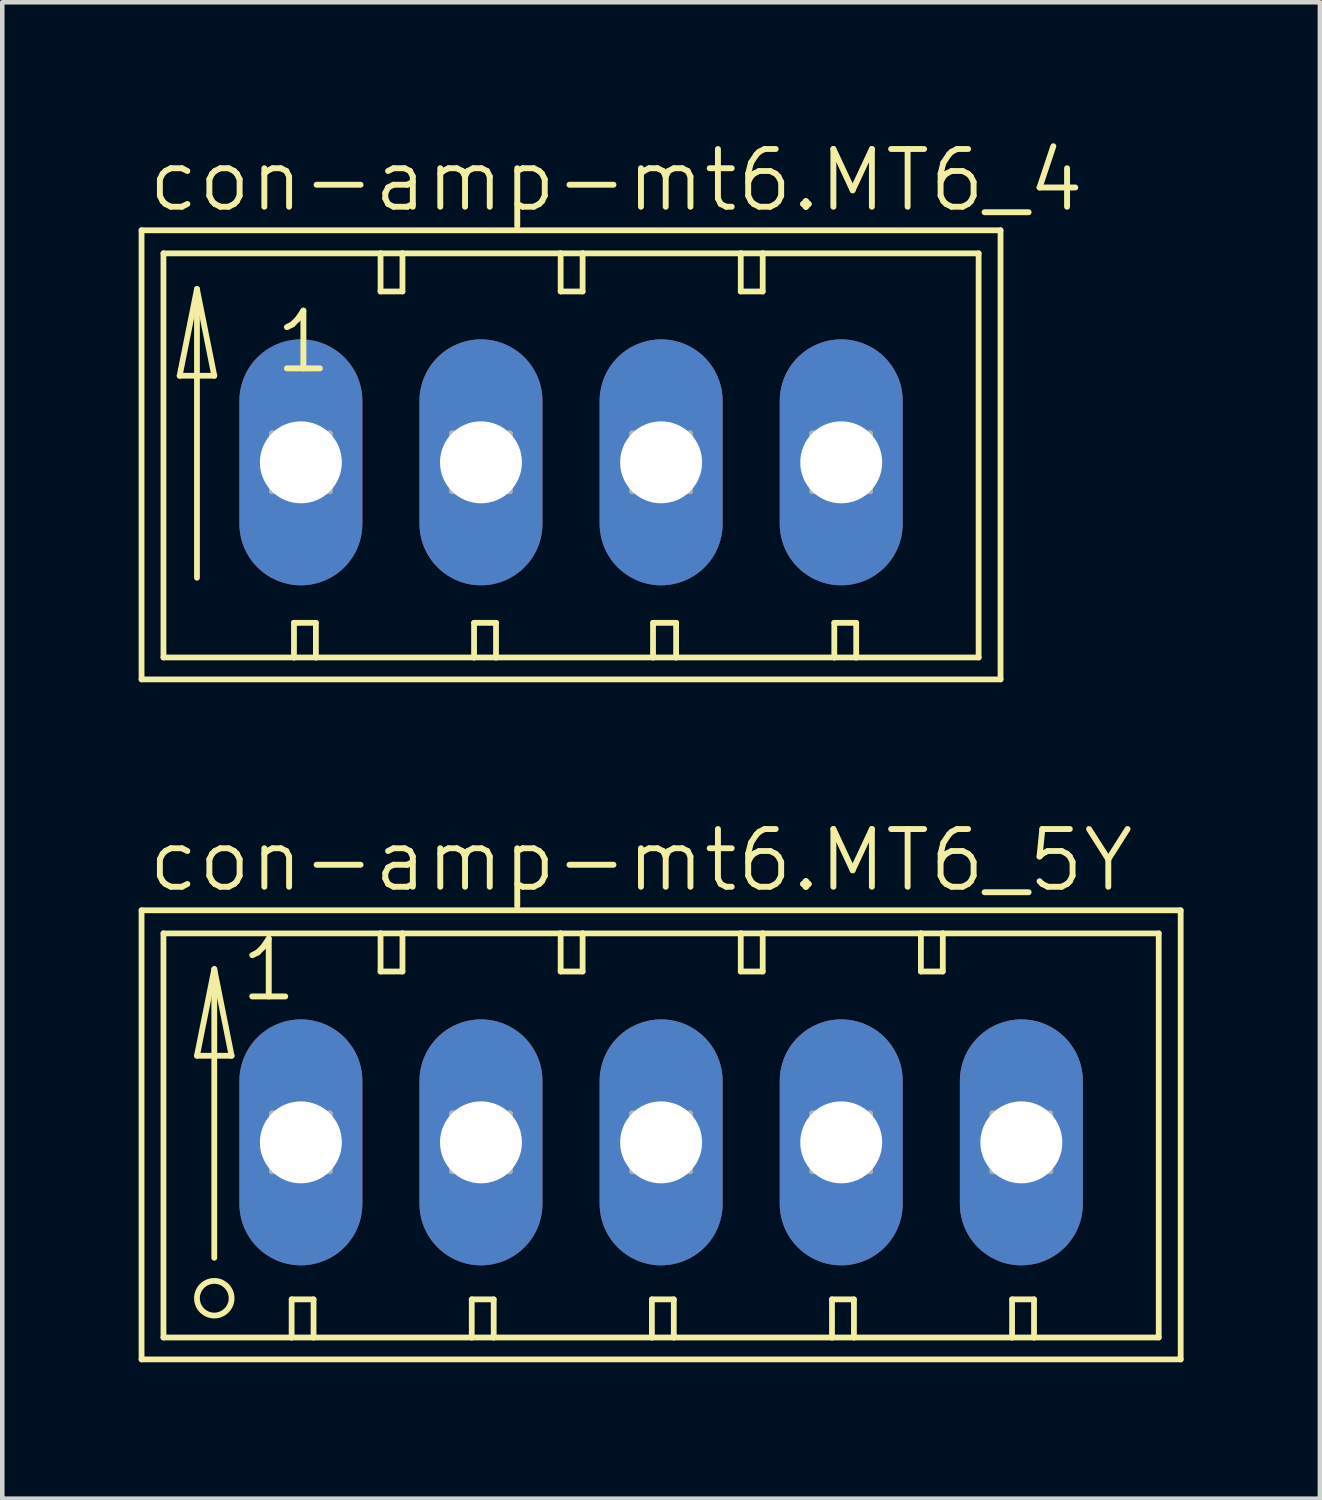
<source format=kicad_pcb>
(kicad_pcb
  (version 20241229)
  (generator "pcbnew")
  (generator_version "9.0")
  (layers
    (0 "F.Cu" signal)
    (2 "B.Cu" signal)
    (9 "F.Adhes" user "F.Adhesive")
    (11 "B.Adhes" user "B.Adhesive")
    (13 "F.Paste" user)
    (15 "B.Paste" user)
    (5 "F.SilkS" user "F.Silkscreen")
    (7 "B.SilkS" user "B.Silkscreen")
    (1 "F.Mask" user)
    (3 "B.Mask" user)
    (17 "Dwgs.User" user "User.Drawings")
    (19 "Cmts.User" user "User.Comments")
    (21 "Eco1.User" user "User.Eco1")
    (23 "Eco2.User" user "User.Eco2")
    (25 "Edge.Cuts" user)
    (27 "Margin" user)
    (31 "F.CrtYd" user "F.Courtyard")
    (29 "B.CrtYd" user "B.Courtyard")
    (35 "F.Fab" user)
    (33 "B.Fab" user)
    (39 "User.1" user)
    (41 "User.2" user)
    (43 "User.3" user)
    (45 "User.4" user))
  (footprint "con-amp-mt6.MT6_4"
    (layer "F.Cu")
    (at 1.029 7.121)
    (property "Reference" "con-amp-mt6.MT6_4" (at -0.889 -5.461 0) (layer "F.SilkS") (effects (font (size 1.27 1.27) (thickness 0.13)) (justify left bottom)))
    (attr through_hole)
    (fp_line (start -0.965 -5.105) (end -0.965 4.775) (stroke (width 0.127) (type default)) (layer "F.SilkS"))
    (fp_line (start -0.965 4.775) (end 17.932 4.775) (stroke (width 0.127) (type default)) (layer "F.SilkS"))
    (fp_line (start -0.483 -4.597) (end -0.483 4.293) (stroke (width 0.127) (type default)) (layer "F.SilkS"))
    (fp_line (start -0.483 4.293) (end 2.388 4.293) (stroke (width 0.127) (type default)) (layer "F.SilkS"))
    (fp_line (start -0.127 -1.905) (end 0.635 -1.905) (stroke (width 0.127) (type default)) (layer "F.SilkS"))
    (fp_line (start 0.254 -3.81) (end -0.127 -1.905) (stroke (width 0.127) (type default)) (layer "F.SilkS"))
    (fp_line (start 0.254 -3.81) (end 0.635 -1.905) (stroke (width 0.127) (type default)) (layer "F.SilkS"))
    (fp_line (start 0.254 2.54) (end 0.254 -3.81) (stroke (width 0.127) (type default)) (layer "F.SilkS"))
    (fp_line (start 2.388 3.531) (end 2.87 3.531) (stroke (width 0.127) (type default)) (layer "F.SilkS"))
    (fp_line (start 2.388 4.293) (end 2.388 3.531) (stroke (width 0.127) (type default)) (layer "F.SilkS"))
    (fp_line (start 2.388 4.293) (end 2.87 4.293) (stroke (width 0.127) (type default)) (layer "F.SilkS"))
    (fp_line (start 2.87 4.293) (end 2.87 3.531) (stroke (width 0.127) (type default)) (layer "F.SilkS"))
    (fp_line (start 2.87 4.293) (end 6.35 4.293) (stroke (width 0.127) (type default)) (layer "F.SilkS"))
    (fp_line (start 4.293 -4.597) (end -0.483 -4.597) (stroke (width 0.127) (type default)) (layer "F.SilkS"))
    (fp_line (start 4.293 -4.597) (end 4.293 -3.759) (stroke (width 0.127) (type default)) (layer "F.SilkS"))
    (fp_line (start 4.293 -3.759) (end 4.775 -3.759) (stroke (width 0.127) (type default)) (layer "F.SilkS"))
    (fp_line (start 4.775 -4.597) (end 4.293 -4.597) (stroke (width 0.127) (type default)) (layer "F.SilkS"))
    (fp_line (start 4.775 -3.759) (end 4.775 -4.597) (stroke (width 0.127) (type default)) (layer "F.SilkS"))
    (fp_line (start 6.35 3.531) (end 6.35 4.293) (stroke (width 0.127) (type default)) (layer "F.SilkS"))
    (fp_line (start 6.35 3.531) (end 6.833 3.531) (stroke (width 0.127) (type default)) (layer "F.SilkS"))
    (fp_line (start 6.35 4.293) (end 6.833 4.293) (stroke (width 0.127) (type default)) (layer "F.SilkS"))
    (fp_line (start 6.833 3.531) (end 6.833 4.293) (stroke (width 0.127) (type default)) (layer "F.SilkS"))
    (fp_line (start 6.833 4.293) (end 10.287 4.293) (stroke (width 0.127) (type default)) (layer "F.SilkS"))
    (fp_line (start 8.255 -4.597) (end 4.775 -4.597) (stroke (width 0.127) (type default)) (layer "F.SilkS"))
    (fp_line (start 8.255 -3.759) (end 8.255 -4.597) (stroke (width 0.127) (type default)) (layer "F.SilkS"))
    (fp_line (start 8.255 -3.759) (end 8.738 -3.759) (stroke (width 0.127) (type default)) (layer "F.SilkS"))
    (fp_line (start 8.738 -4.597) (end 8.255 -4.597) (stroke (width 0.127) (type default)) (layer "F.SilkS"))
    (fp_line (start 8.738 -3.759) (end 8.738 -4.597) (stroke (width 0.127) (type default)) (layer "F.SilkS"))
    (fp_line (start 10.287 3.531) (end 10.287 4.293) (stroke (width 0.127) (type default)) (layer "F.SilkS"))
    (fp_line (start 10.287 3.531) (end 10.795 3.531) (stroke (width 0.127) (type default)) (layer "F.SilkS"))
    (fp_line (start 10.287 4.293) (end 10.795 4.293) (stroke (width 0.127) (type default)) (layer "F.SilkS"))
    (fp_line (start 10.795 3.531) (end 10.795 4.293) (stroke (width 0.127) (type default)) (layer "F.SilkS"))
    (fp_line (start 10.795 4.293) (end 14.275 4.293) (stroke (width 0.127) (type default)) (layer "F.SilkS"))
    (fp_line (start 12.217 -4.597) (end 8.738 -4.597) (stroke (width 0.127) (type default)) (layer "F.SilkS"))
    (fp_line (start 12.217 -3.759) (end 12.217 -4.597) (stroke (width 0.127) (type default)) (layer "F.SilkS"))
    (fp_line (start 12.217 -3.759) (end 12.7 -3.759) (stroke (width 0.127) (type default)) (layer "F.SilkS"))
    (fp_line (start 12.7 -4.597) (end 12.217 -4.597) (stroke (width 0.127) (type default)) (layer "F.SilkS"))
    (fp_line (start 12.7 -3.759) (end 12.7 -4.597) (stroke (width 0.127) (type default)) (layer "F.SilkS"))
    (fp_line (start 14.275 3.531) (end 14.275 4.293) (stroke (width 0.127) (type default)) (layer "F.SilkS"))
    (fp_line (start 14.275 3.531) (end 14.757 3.531) (stroke (width 0.127) (type default)) (layer "F.SilkS"))
    (fp_line (start 14.275 4.293) (end 14.757 4.293) (stroke (width 0.127) (type default)) (layer "F.SilkS"))
    (fp_line (start 14.757 3.531) (end 14.757 4.293) (stroke (width 0.127) (type default)) (layer "F.SilkS"))
    (fp_line (start 14.757 4.293) (end 17.45 4.293) (stroke (width 0.127) (type default)) (layer "F.SilkS"))
    (fp_line (start 17.45 -4.597) (end 12.7 -4.597) (stroke (width 0.127) (type default)) (layer "F.SilkS"))
    (fp_line (start 17.45 4.293) (end 17.45 -4.597) (stroke (width 0.127) (type default)) (layer "F.SilkS"))
    (fp_line (start 17.932 -5.105) (end -0.965 -5.105) (stroke (width 0.127) (type default)) (layer "F.SilkS"))
    (fp_line (start 17.932 4.775) (end 17.932 -5.105) (stroke (width 0.127) (type default)) (layer "F.SilkS"))
    (fp_line (start 1.905 -0.635) (end 1.905 0.635) (stroke (width 0.127) (type default)) (layer "F.Fab"))
    (fp_line (start 1.905 -0.635) (end 3.175 0.635) (stroke (width 0.127) (type default)) (layer "F.Fab"))
    (fp_line (start 1.905 0.635) (end 3.175 0.635) (stroke (width 0.127) (type default)) (layer "F.Fab"))
    (fp_line (start 3.175 -0.635) (end 1.905 -0.635) (stroke (width 0.127) (type default)) (layer "F.Fab"))
    (fp_line (start 3.175 -0.635) (end 1.905 0.635) (stroke (width 0.127) (type default)) (layer "F.Fab"))
    (fp_line (start 3.175 0.635) (end 3.175 -0.635) (stroke (width 0.127) (type default)) (layer "F.Fab"))
    (fp_line (start 5.867 -0.635) (end 5.867 0.635) (stroke (width 0.127) (type default)) (layer "F.Fab"))
    (fp_line (start 5.867 -0.635) (end 7.137 0.635) (stroke (width 0.127) (type default)) (layer "F.Fab"))
    (fp_line (start 5.867 0.635) (end 7.137 0.635) (stroke (width 0.127) (type default)) (layer "F.Fab"))
    (fp_line (start 7.137 -0.635) (end 5.867 -0.635) (stroke (width 0.127) (type default)) (layer "F.Fab"))
    (fp_line (start 7.137 -0.635) (end 5.867 0.635) (stroke (width 0.127) (type default)) (layer "F.Fab"))
    (fp_line (start 7.137 0.635) (end 7.137 -0.635) (stroke (width 0.127) (type default)) (layer "F.Fab"))
    (fp_line (start 9.83 -0.635) (end 9.83 0.635) (stroke (width 0.127) (type default)) (layer "F.Fab"))
    (fp_line (start 9.83 -0.635) (end 11.1 0.635) (stroke (width 0.127) (type default)) (layer "F.Fab"))
    (fp_line (start 9.83 0.635) (end 11.1 0.635) (stroke (width 0.127) (type default)) (layer "F.Fab"))
    (fp_line (start 11.1 -0.635) (end 9.83 -0.635) (stroke (width 0.127) (type default)) (layer "F.Fab"))
    (fp_line (start 11.1 -0.635) (end 9.83 0.635) (stroke (width 0.127) (type default)) (layer "F.Fab"))
    (fp_line (start 11.1 0.635) (end 11.1 -0.635) (stroke (width 0.127) (type default)) (layer "F.Fab"))
    (fp_line (start 13.792 -0.635) (end 13.792 0.635) (stroke (width 0.127) (type default)) (layer "F.Fab"))
    (fp_line (start 13.792 -0.635) (end 15.062 0.635) (stroke (width 0.127) (type default)) (layer "F.Fab"))
    (fp_line (start 13.792 0.635) (end 15.062 0.635) (stroke (width 0.127) (type default)) (layer "F.Fab"))
    (fp_line (start 15.062 -0.635) (end 13.792 -0.635) (stroke (width 0.127) (type default)) (layer "F.Fab"))
    (fp_line (start 15.062 -0.635) (end 13.792 0.635) (stroke (width 0.127) (type default)) (layer "F.Fab"))
    (fp_line (start 15.062 0.635) (end 15.062 -0.635) (stroke (width 0.127) (type default)) (layer "F.Fab"))
    (fp_text user "1" (at 1.905 -1.905 0) (layer "F.SilkS") (effects (font (size 1.27 1.27) (thickness 0.13)) (justify left bottom)))
    (pad "1" thru_hole oval (at 2.54 0 90) (size 5.41 2.705) (drill 1.803) (layers "*.Cu" "*.Mask"))
    (pad "2" thru_hole oval (at 6.502 0 90) (size 5.41 2.705) (drill 1.803) (layers "*.Cu" "*.Mask"))
    (pad "3" thru_hole oval (at 10.465 0 90) (size 5.41 2.705) (drill 1.803) (layers "*.Cu" "*.Mask"))
    (pad "4" thru_hole oval (at 14.427 0 90) (size 5.41 2.705) (drill 1.803) (layers "*.Cu" "*.Mask")))
  (footprint "con-amp-mt6.MT6_5Y"
    (layer "F.Cu")
    (at 1.029 22.081)
    (property "Reference" "con-amp-mt6.MT6_5Y" (at -0.889 -5.461 0) (layer "F.SilkS") (effects (font (size 1.27 1.27) (thickness 0.13)) (justify left bottom)))
    (attr through_hole)
    (fp_line (start -0.965 -5.105) (end -0.965 4.775) (stroke (width 0.127) (type default)) (layer "F.SilkS"))
    (fp_line (start -0.965 4.775) (end 21.895 4.775) (stroke (width 0.127) (type default)) (layer "F.SilkS"))
    (fp_line (start -0.483 -4.597) (end -0.483 4.293) (stroke (width 0.127) (type default)) (layer "F.SilkS"))
    (fp_line (start -0.483 4.293) (end 2.337 4.293) (stroke (width 0.127) (type default)) (layer "F.SilkS"))
    (fp_line (start 0.254 -1.905) (end 1.016 -1.905) (stroke (width 0.127) (type default)) (layer "F.SilkS"))
    (fp_line (start 0.635 -3.81) (end 0.254 -1.905) (stroke (width 0.127) (type default)) (layer "F.SilkS"))
    (fp_line (start 0.635 -3.81) (end 1.016 -1.905) (stroke (width 0.127) (type default)) (layer "F.SilkS"))
    (fp_line (start 0.635 2.54) (end 0.635 -3.81) (stroke (width 0.127) (type default)) (layer "F.SilkS"))
    (fp_line (start 2.337 3.454) (end 2.337 4.293) (stroke (width 0.127) (type default)) (layer "F.SilkS"))
    (fp_line (start 2.337 3.454) (end 2.819 3.454) (stroke (width 0.127) (type default)) (layer "F.SilkS"))
    (fp_line (start 2.337 4.293) (end 2.819 4.293) (stroke (width 0.127) (type default)) (layer "F.SilkS"))
    (fp_line (start 2.819 3.454) (end 2.819 4.293) (stroke (width 0.127) (type default)) (layer "F.SilkS"))
    (fp_line (start 2.819 4.293) (end 6.299 4.293) (stroke (width 0.127) (type default)) (layer "F.SilkS"))
    (fp_line (start 4.293 -4.597) (end -0.483 -4.597) (stroke (width 0.127) (type default)) (layer "F.SilkS"))
    (fp_line (start 4.293 -4.597) (end 4.293 -3.759) (stroke (width 0.127) (type default)) (layer "F.SilkS"))
    (fp_line (start 4.293 -3.759) (end 4.775 -3.759) (stroke (width 0.127) (type default)) (layer "F.SilkS"))
    (fp_line (start 4.775 -4.597) (end 4.293 -4.597) (stroke (width 0.127) (type default)) (layer "F.SilkS"))
    (fp_line (start 4.775 -3.759) (end 4.775 -4.597) (stroke (width 0.127) (type default)) (layer "F.SilkS"))
    (fp_line (start 6.299 3.454) (end 6.299 4.293) (stroke (width 0.127) (type default)) (layer "F.SilkS"))
    (fp_line (start 6.299 3.454) (end 6.782 3.454) (stroke (width 0.127) (type default)) (layer "F.SilkS"))
    (fp_line (start 6.299 4.293) (end 6.782 4.293) (stroke (width 0.127) (type default)) (layer "F.SilkS"))
    (fp_line (start 6.782 3.454) (end 6.782 4.293) (stroke (width 0.127) (type default)) (layer "F.SilkS"))
    (fp_line (start 6.782 4.293) (end 10.262 4.293) (stroke (width 0.127) (type default)) (layer "F.SilkS"))
    (fp_line (start 8.255 -4.597) (end 4.775 -4.597) (stroke (width 0.127) (type default)) (layer "F.SilkS"))
    (fp_line (start 8.255 -3.759) (end 8.255 -4.597) (stroke (width 0.127) (type default)) (layer "F.SilkS"))
    (fp_line (start 8.255 -3.759) (end 8.738 -3.759) (stroke (width 0.127) (type default)) (layer "F.SilkS"))
    (fp_line (start 8.738 -4.597) (end 8.255 -4.597) (stroke (width 0.127) (type default)) (layer "F.SilkS"))
    (fp_line (start 8.738 -3.759) (end 8.738 -4.597) (stroke (width 0.127) (type default)) (layer "F.SilkS"))
    (fp_line (start 10.262 3.454) (end 10.262 4.293) (stroke (width 0.127) (type default)) (layer "F.SilkS"))
    (fp_line (start 10.262 3.454) (end 10.744 3.454) (stroke (width 0.127) (type default)) (layer "F.SilkS"))
    (fp_line (start 10.262 4.293) (end 10.744 4.293) (stroke (width 0.127) (type default)) (layer "F.SilkS"))
    (fp_line (start 10.744 3.454) (end 10.744 4.293) (stroke (width 0.127) (type default)) (layer "F.SilkS"))
    (fp_line (start 10.744 4.293) (end 14.224 4.293) (stroke (width 0.127) (type default)) (layer "F.SilkS"))
    (fp_line (start 12.217 -4.597) (end 8.738 -4.597) (stroke (width 0.127) (type default)) (layer "F.SilkS"))
    (fp_line (start 12.217 -3.759) (end 12.217 -4.597) (stroke (width 0.127) (type default)) (layer "F.SilkS"))
    (fp_line (start 12.217 -3.759) (end 12.7 -3.759) (stroke (width 0.127) (type default)) (layer "F.SilkS"))
    (fp_line (start 12.7 -4.597) (end 12.217 -4.597) (stroke (width 0.127) (type default)) (layer "F.SilkS"))
    (fp_line (start 12.7 -3.759) (end 12.7 -4.597) (stroke (width 0.127) (type default)) (layer "F.SilkS"))
    (fp_line (start 14.224 3.454) (end 14.224 4.293) (stroke (width 0.127) (type default)) (layer "F.SilkS"))
    (fp_line (start 14.224 3.454) (end 14.707 3.454) (stroke (width 0.127) (type default)) (layer "F.SilkS"))
    (fp_line (start 14.224 4.293) (end 14.707 4.293) (stroke (width 0.127) (type default)) (layer "F.SilkS"))
    (fp_line (start 14.707 3.454) (end 14.707 4.293) (stroke (width 0.127) (type default)) (layer "F.SilkS"))
    (fp_line (start 14.707 4.293) (end 18.186 4.293) (stroke (width 0.127) (type default)) (layer "F.SilkS"))
    (fp_line (start 16.18 -4.597) (end 12.7 -4.597) (stroke (width 0.127) (type default)) (layer "F.SilkS"))
    (fp_line (start 16.18 -3.759) (end 16.18 -4.597) (stroke (width 0.127) (type default)) (layer "F.SilkS"))
    (fp_line (start 16.18 -3.759) (end 16.662 -3.759) (stroke (width 0.127) (type default)) (layer "F.SilkS"))
    (fp_line (start 16.662 -4.597) (end 16.18 -4.597) (stroke (width 0.127) (type default)) (layer "F.SilkS"))
    (fp_line (start 16.662 -3.759) (end 16.662 -4.597) (stroke (width 0.127) (type default)) (layer "F.SilkS"))
    (fp_line (start 18.186 3.454) (end 18.186 4.293) (stroke (width 0.127) (type default)) (layer "F.SilkS"))
    (fp_line (start 18.186 3.454) (end 18.669 3.454) (stroke (width 0.127) (type default)) (layer "F.SilkS"))
    (fp_line (start 18.186 4.293) (end 18.669 4.293) (stroke (width 0.127) (type default)) (layer "F.SilkS"))
    (fp_line (start 18.669 3.454) (end 18.669 4.293) (stroke (width 0.127) (type default)) (layer "F.SilkS"))
    (fp_line (start 18.669 4.293) (end 21.412 4.293) (stroke (width 0.127) (type default)) (layer "F.SilkS"))
    (fp_line (start 21.412 -4.597) (end 16.662 -4.597) (stroke (width 0.127) (type default)) (layer "F.SilkS"))
    (fp_line (start 21.412 4.293) (end 21.412 -4.597) (stroke (width 0.127) (type default)) (layer "F.SilkS"))
    (fp_line (start 21.895 -5.105) (end -0.965 -5.105) (stroke (width 0.127) (type default)) (layer "F.SilkS"))
    (fp_line (start 21.895 4.775) (end 21.895 -5.105) (stroke (width 0.127) (type default)) (layer "F.SilkS"))
    (fp_circle (center 0.635 3.429) (end 1.016 3.429) (stroke (width 0.127) (type default)) (fill no) (layer "F.SilkS"))
    (fp_line (start 1.905 -0.635) (end 1.905 0.635) (stroke (width 0.127) (type default)) (layer "F.Fab"))
    (fp_line (start 1.905 -0.635) (end 3.175 0.635) (stroke (width 0.127) (type default)) (layer "F.Fab"))
    (fp_line (start 1.905 0.635) (end 3.175 0.635) (stroke (width 0.127) (type default)) (layer "F.Fab"))
    (fp_line (start 3.175 -0.635) (end 1.905 -0.635) (stroke (width 0.127) (type default)) (layer "F.Fab"))
    (fp_line (start 3.175 -0.635) (end 1.905 0.635) (stroke (width 0.127) (type default)) (layer "F.Fab"))
    (fp_line (start 3.175 0.635) (end 3.175 -0.635) (stroke (width 0.127) (type default)) (layer "F.Fab"))
    (fp_line (start 5.867 -0.635) (end 5.867 0.635) (stroke (width 0.127) (type default)) (layer "F.Fab"))
    (fp_line (start 5.867 -0.635) (end 7.137 0.635) (stroke (width 0.127) (type default)) (layer "F.Fab"))
    (fp_line (start 5.867 0.635) (end 7.137 0.635) (stroke (width 0.127) (type default)) (layer "F.Fab"))
    (fp_line (start 7.137 -0.635) (end 5.867 -0.635) (stroke (width 0.127) (type default)) (layer "F.Fab"))
    (fp_line (start 7.137 -0.635) (end 5.867 0.635) (stroke (width 0.127) (type default)) (layer "F.Fab"))
    (fp_line (start 7.137 0.635) (end 7.137 -0.635) (stroke (width 0.127) (type default)) (layer "F.Fab"))
    (fp_line (start 9.83 -0.635) (end 9.83 0.635) (stroke (width 0.127) (type default)) (layer "F.Fab"))
    (fp_line (start 9.83 -0.635) (end 11.1 0.635) (stroke (width 0.127) (type default)) (layer "F.Fab"))
    (fp_line (start 9.83 0.635) (end 11.1 0.635) (stroke (width 0.127) (type default)) (layer "F.Fab"))
    (fp_line (start 11.1 -0.635) (end 9.83 -0.635) (stroke (width 0.127) (type default)) (layer "F.Fab"))
    (fp_line (start 11.1 -0.635) (end 9.83 0.635) (stroke (width 0.127) (type default)) (layer "F.Fab"))
    (fp_line (start 11.1 0.635) (end 11.1 -0.635) (stroke (width 0.127) (type default)) (layer "F.Fab"))
    (fp_line (start 13.792 -0.635) (end 13.792 0.635) (stroke (width 0.127) (type default)) (layer "F.Fab"))
    (fp_line (start 13.792 -0.635) (end 15.062 0.635) (stroke (width 0.127) (type default)) (layer "F.Fab"))
    (fp_line (start 13.792 0.635) (end 15.062 0.635) (stroke (width 0.127) (type default)) (layer "F.Fab"))
    (fp_line (start 15.062 -0.635) (end 13.792 -0.635) (stroke (width 0.127) (type default)) (layer "F.Fab"))
    (fp_line (start 15.062 -0.635) (end 13.792 0.635) (stroke (width 0.127) (type default)) (layer "F.Fab"))
    (fp_line (start 15.062 0.635) (end 15.062 -0.635) (stroke (width 0.127) (type default)) (layer "F.Fab"))
    (fp_line (start 17.755 -0.635) (end 17.755 0.635) (stroke (width 0.127) (type default)) (layer "F.Fab"))
    (fp_line (start 17.755 -0.635) (end 19.025 0.635) (stroke (width 0.127) (type default)) (layer "F.Fab"))
    (fp_line (start 17.755 0.635) (end 19.025 0.635) (stroke (width 0.127) (type default)) (layer "F.Fab"))
    (fp_line (start 19.025 -0.635) (end 17.755 -0.635) (stroke (width 0.127) (type default)) (layer "F.Fab"))
    (fp_line (start 19.025 -0.635) (end 17.755 0.635) (stroke (width 0.127) (type default)) (layer "F.Fab"))
    (fp_line (start 19.025 0.635) (end 19.025 -0.635) (stroke (width 0.127) (type default)) (layer "F.Fab"))
    (fp_text user "1" (at 1.143 -3.048 0) (layer "F.SilkS") (effects (font (size 1.27 1.27) (thickness 0.13)) (justify left bottom)))
    (pad "1" thru_hole oval (at 2.54 0 90) (size 5.41 2.705) (drill 1.803) (layers "*.Cu" "*.Mask"))
    (pad "2" thru_hole oval (at 6.502 0 90) (size 5.41 2.705) (drill 1.803) (layers "*.Cu" "*.Mask"))
    (pad "3" thru_hole oval (at 10.465 0 90) (size 5.41 2.705) (drill 1.803) (layers "*.Cu" "*.Mask"))
    (pad "4" thru_hole oval (at 14.427 0 90) (size 5.41 2.705) (drill 1.803) (layers "*.Cu" "*.Mask"))
    (pad "5" thru_hole oval (at 18.39 0 90) (size 5.41 2.705) (drill 1.803) (layers "*.Cu" "*.Mask")))
  (gr_rect
    (start -3 -3)
    (end 25.987 29.919)
    (stroke (width 0.1) (type default))
    (fill no)
    (layer "Edge.Cuts")))
</source>
